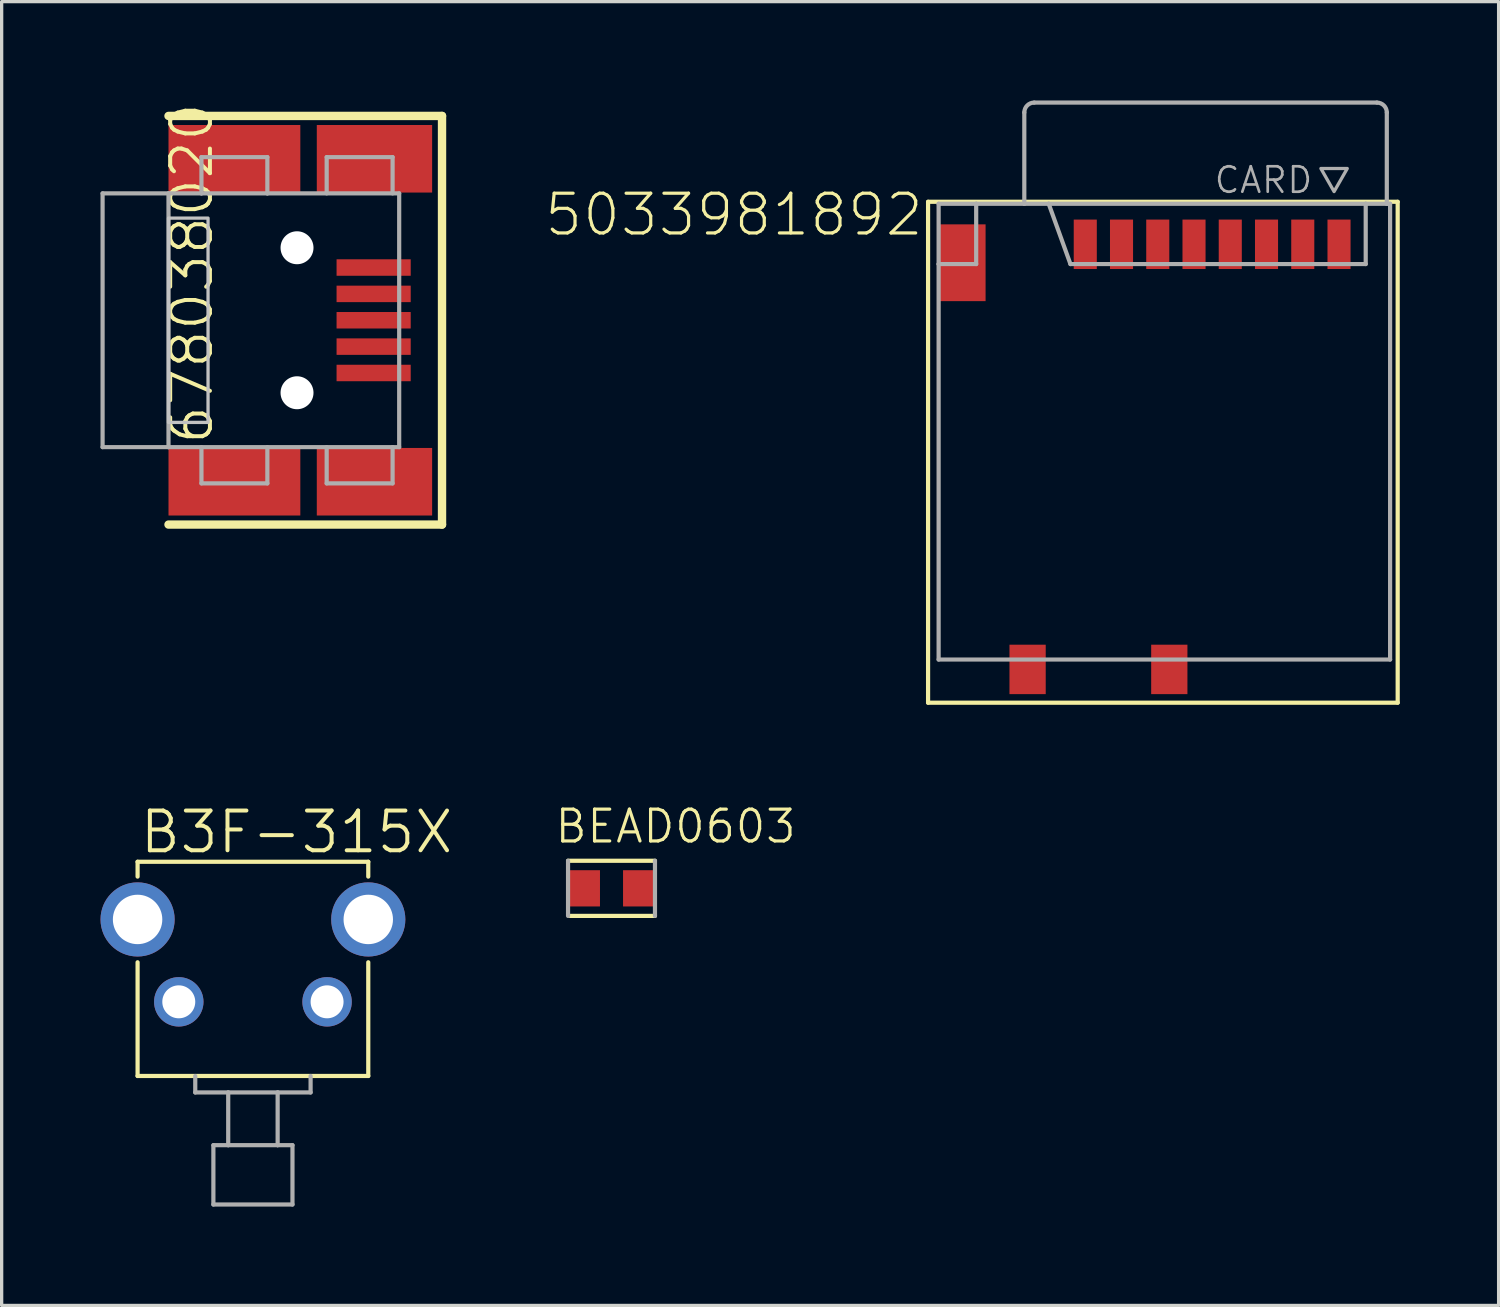
<source format=kicad_pcb>
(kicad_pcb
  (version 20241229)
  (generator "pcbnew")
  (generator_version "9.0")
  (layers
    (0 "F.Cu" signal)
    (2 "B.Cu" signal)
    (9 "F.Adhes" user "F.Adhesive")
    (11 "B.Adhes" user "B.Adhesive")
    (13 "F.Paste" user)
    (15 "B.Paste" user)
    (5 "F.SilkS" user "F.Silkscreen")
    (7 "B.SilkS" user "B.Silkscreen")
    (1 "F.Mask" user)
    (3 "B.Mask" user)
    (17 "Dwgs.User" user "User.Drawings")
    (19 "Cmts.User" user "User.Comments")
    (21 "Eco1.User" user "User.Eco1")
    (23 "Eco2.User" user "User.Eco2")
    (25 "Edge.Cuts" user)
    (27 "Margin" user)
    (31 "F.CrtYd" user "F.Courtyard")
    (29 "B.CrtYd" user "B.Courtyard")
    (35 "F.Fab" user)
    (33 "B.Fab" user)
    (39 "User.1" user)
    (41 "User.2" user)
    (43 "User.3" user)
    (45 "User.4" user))
  (footprint "B3F-315X"
    (layer "F.Cu")
    (at 4.625 27.35)
    (property "Reference" "B3F-315X" (at -3.493 -4.445 0) (layer "F.SilkS") (effects (font (size 1.206 1.206) (thickness 0.121)) (justify left bottom)))
    (attr through_hole)
    (fp_line (start -3.5 -4.25) (end -3.5 -3.8) (stroke (width 0.127) (type solid)) (layer "F.SilkS"))
    (fp_line (start -3.5 -4.25) (end 3.5 -4.25) (stroke (width 0.127) (type solid)) (layer "F.SilkS"))
    (fp_line (start -3.5 2.25) (end -3.5 -1.2) (stroke (width 0.127) (type solid)) (layer "F.SilkS"))
    (fp_line (start -3.5 2.25) (end 3.5 2.25) (stroke (width 0.127) (type solid)) (layer "F.SilkS"))
    (fp_line (start 3.5 -4.25) (end 3.5 -3.8) (stroke (width 0.127) (type solid)) (layer "F.SilkS"))
    (fp_line (start 3.5 2.25) (end 3.5 -1.2) (stroke (width 0.127) (type solid)) (layer "F.SilkS"))
    (fp_line (start -1.75 2.25) (end -1.75 2.75) (stroke (width 0.127) (type solid)) (layer "F.Fab"))
    (fp_line (start -1.75 2.75) (end -0.75 2.75) (stroke (width 0.127) (type solid)) (layer "F.Fab"))
    (fp_line (start -1.2 4.35) (end -1.2 6.15) (stroke (width 0.127) (type solid)) (layer "F.Fab"))
    (fp_line (start -1.2 4.35) (end -0.75 4.35) (stroke (width 0.127) (type solid)) (layer "F.Fab"))
    (fp_line (start -1.2 6.15) (end 1.2 6.15) (stroke (width 0.127) (type solid)) (layer "F.Fab"))
    (fp_line (start -0.75 2.75) (end -0.75 4.35) (stroke (width 0.127) (type solid)) (layer "F.Fab"))
    (fp_line (start -0.75 2.75) (end 0.75 2.75) (stroke (width 0.127) (type solid)) (layer "F.Fab"))
    (fp_line (start -0.75 4.35) (end 0.75 4.35) (stroke (width 0.127) (type solid)) (layer "F.Fab"))
    (fp_line (start 0.75 2.75) (end 0.75 4.35) (stroke (width 0.127) (type solid)) (layer "F.Fab"))
    (fp_line (start 0.75 2.75) (end 1.75 2.75) (stroke (width 0.127) (type solid)) (layer "F.Fab"))
    (fp_line (start 0.75 4.35) (end 1.2 4.35) (stroke (width 0.127) (type solid)) (layer "F.Fab"))
    (fp_line (start 1.2 4.35) (end 1.2 6.15) (stroke (width 0.127) (type solid)) (layer "F.Fab"))
    (fp_line (start 1.75 2.25) (end 1.75 2.75) (stroke (width 0.127) (type solid)) (layer "F.Fab"))
    (pad "1" thru_hole circle (at -2.25 0) (size 1.5 1.5) (drill 1) (layers "*.Cu" "*.Mask"))
    (pad "2" thru_hole circle (at 2.25 0) (size 1.5 1.5) (drill 1) (layers "*.Cu" "*.Mask"))
    (pad "3" thru_hole circle (at -3.5 -2.5) (size 2.25 2.25) (drill 1.5) (layers "*.Cu" "*.Mask"))
    (pad "4" thru_hole circle (at 3.5 -2.5) (size 2.25 2.25) (drill 1.5) (layers "*.Cu" "*.Mask")))
  (footprint "BEAD0603"
    (layer "F.Cu")
    (at 15.506 23.906)
    (property "Reference" "BEAD0603" (at -1.773 -1.315 0) (layer "F.SilkS") (effects (font (size 0.965 0.965) (thickness 0.097)) (justify left bottom)))
    (attr through_hole)
    (fp_line (start -1.256 0.837) (end 1.319 0.837) (stroke (width 0.127) (type solid)) (layer "F.SilkS"))
    (fp_line (start 1.319 -0.837) (end -1.319 -0.837) (stroke (width 0.127) (type solid)) (layer "F.SilkS"))
    (fp_line (start -1.319 -0.837) (end -1.319 0.837) (stroke (width 0.127) (type solid)) (layer "F.Fab"))
    (fp_line (start 1.319 0.837) (end 1.319 -0.837) (stroke (width 0.127) (type solid)) (layer "F.Fab"))
    (pad "P$1" smd rect (at -0.85 0) (size 1 1.1) (layers "F.Cu" "F.Mask" "F.Paste"))
    (pad "P$2" smd rect (at 0.85 0) (size 1 1.1) (layers "F.Cu" "F.Mask" "F.Paste")))
  (footprint "5033981892"
    (layer "F.Cu")
    (at 25.432 16.963)
    (property "Reference" "5033981892" (at -0.403 -14.203 0) (layer "F.SilkS") (effects (font (size 1.206 1.206) (thickness 0.097)) (justify right top)))
    (attr through_hole)
    (fp_line (start -0.32 -13.89) (end 13.93 -13.89) (stroke (width 0.127) (type solid)) (layer "F.SilkS"))
    (fp_line (start -0.32 1.31) (end -0.32 -13.89) (stroke (width 0.127) (type solid)) (layer "F.SilkS"))
    (fp_line (start 13.93 -13.89) (end 13.93 1.31) (stroke (width 0.127) (type solid)) (layer "F.SilkS"))
    (fp_line (start 13.93 1.31) (end -0.32 1.31) (stroke (width 0.127) (type solid)) (layer "F.SilkS"))
    (fp_line (start 0 -12) (end 0 -13.83) (stroke (width 0.127) (type solid)) (layer "F.Fab"))
    (fp_line (start 0 0) (end 0 -12) (stroke (width 0.127) (type solid)) (layer "F.Fab"))
    (fp_line (start 1.14 -13.83) (end 0 -13.83) (stroke (width 0.127) (type solid)) (layer "F.Fab"))
    (fp_line (start 1.14 -13.83) (end 1.14 -12) (stroke (width 0.127) (type solid)) (layer "F.Fab"))
    (fp_line (start 1.14 -12) (end 0 -12) (stroke (width 0.127) (type solid)) (layer "F.Fab"))
    (fp_line (start 2.6 -16.6) (end 2.6 -13.83) (stroke (width 0.127) (type solid)) (layer "F.Fab"))
    (fp_line (start 2.6 -13.83) (end 1.14 -13.83) (stroke (width 0.127) (type solid)) (layer "F.Fab"))
    (fp_line (start 3.34 -13.83) (end 2.6 -13.83) (stroke (width 0.127) (type solid)) (layer "F.Fab"))
    (fp_line (start 3.34 -13.83) (end 4 -12) (stroke (width 0.127) (type solid)) (layer "F.Fab"))
    (fp_line (start 12.96 -13.83) (end 3.34 -13.83) (stroke (width 0.127) (type solid)) (layer "F.Fab"))
    (fp_line (start 12.96 -13.83) (end 12.96 -12) (stroke (width 0.127) (type solid)) (layer "F.Fab"))
    (fp_line (start 12.96 -12) (end 4 -12) (stroke (width 0.127) (type solid)) (layer "F.Fab"))
    (fp_line (start 13.3 -16.9) (end 2.9 -16.9) (stroke (width 0.127) (type solid)) (layer "F.Fab"))
    (fp_line (start 13.6 -16.6) (end 13.6 -13.83) (stroke (width 0.127) (type solid)) (layer "F.Fab"))
    (fp_line (start 13.6 -13.83) (end 12.96 -13.83) (stroke (width 0.127) (type solid)) (layer "F.Fab"))
    (fp_line (start 13.6 -13.83) (end 13.7 -13.83) (stroke (width 0.127) (type solid)) (layer "F.Fab"))
    (fp_line (start 13.7 -13.83) (end 13.7 0) (stroke (width 0.127) (type solid)) (layer "F.Fab"))
    (fp_line (start 13.7 0) (end 0 0) (stroke (width 0.127) (type solid)) (layer "F.Fab"))
    (fp_arc (start 2.6 -16.6) (mid 2.687868 -16.812132) (end 2.9 -16.9) (stroke (width 0.127) (type solid)) (layer "F.Fab"))
    (fp_arc (start 13.3 -16.9) (mid 13.512132 -16.812132) (end 13.6 -16.6) (stroke (width 0.127) (type solid)) (layer "F.Fab"))
    (fp_poly (pts (xy 12.4 -14.9) (xy 12 -14.2) (xy 11.6 -14.9)) (stroke (width 0.1) (type solid)) (fill no) (layer "F.Fab"))
    (fp_text user "CARD" (at 11.4 -15 0) (layer "F.Fab") (effects (font (size 0.772 0.772) (thickness 0.081)) (justify right top)))
    (pad "1" smd rect (at 4.45 -12.6 180) (size 0.7 1.5) (layers "F.Cu" "F.Mask" "F.Paste"))
    (pad "2" smd rect (at 5.55 -12.6 180) (size 0.7 1.5) (layers "F.Cu" "F.Mask" "F.Paste"))
    (pad "3" smd rect (at 6.65 -12.6 180) (size 0.7 1.5) (layers "F.Cu" "F.Mask" "F.Paste"))
    (pad "4" smd rect (at 7.75 -12.6 180) (size 0.7 1.5) (layers "F.Cu" "F.Mask" "F.Paste"))
    (pad "5" smd rect (at 8.85 -12.6 180) (size 0.7 1.5) (layers "F.Cu" "F.Mask" "F.Paste"))
    (pad "6" smd rect (at 9.95 -12.6 180) (size 0.7 1.5) (layers "F.Cu" "F.Mask" "F.Paste"))
    (pad "7" smd rect (at 11.05 -12.6 180) (size 0.7 1.5) (layers "F.Cu" "F.Mask" "F.Paste"))
    (pad "8" smd rect (at 12.15 -12.6 180) (size 0.7 1.5) (layers "F.Cu" "F.Mask" "F.Paste"))
    (pad "S" smd rect (at 0.7 -12.04 180) (size 1.45 2.33) (layers "F.Cu" "F.Mask" "F.Paste"))
    (pad "SW1" smd rect (at 2.7 0.3 180) (size 1.1 1.5) (layers "F.Cu" "F.Mask" "F.Paste"))
    (pad "SW2" smd rect (at 7 0.3 180) (size 1.1 1.5) (layers "F.Cu" "F.Mask" "F.Paste")))
  (footprint "678038020"
    (layer "F.Cu")
    (at 2.063 6.668)
    (property "Reference" "678038020" (at 0 -6.668 270) (layer "F.SilkS") (effects (font (size 1.206 1.206) (thickness 0.121)) (justify right top)))
    (attr through_hole)
    (fp_line (start 0 -6.2) (end 8.3 -6.2) (stroke (width 0.254) (type solid)) (layer "F.SilkS"))
    (fp_line (start 8.3 -6.2) (end 8.3 6.2) (stroke (width 0.254) (type solid)) (layer "F.SilkS"))
    (fp_line (start 8.3 6.2) (end 0 6.2) (stroke (width 0.254) (type solid)) (layer "F.SilkS"))
    (fp_poly (pts (xy 0 3.1) (xy 1.2 3.1) (xy 1.2 -3.1) (xy 0 -3.1)) (stroke (width 0.1) (type solid)) (fill no) (layer "Dwgs.User"))
    (fp_line (start -2 -3.85) (end 0 -3.85) (stroke (width 0.127) (type solid)) (layer "F.Fab"))
    (fp_line (start -2 3.85) (end -2 -3.85) (stroke (width 0.127) (type solid)) (layer "F.Fab"))
    (fp_line (start -2 3.85) (end 0 3.85) (stroke (width 0.127) (type solid)) (layer "F.Fab"))
    (fp_line (start 0 -3.85) (end 1 -3.85) (stroke (width 0.127) (type solid)) (layer "F.Fab"))
    (fp_line (start 0 3.85) (end 0 -3.85) (stroke (width 0.127) (type solid)) (layer "F.Fab"))
    (fp_line (start 0 3.85) (end 7 3.85) (stroke (width 0.127) (type solid)) (layer "F.Fab"))
    (fp_line (start 1 -4.95) (end 3 -4.95) (stroke (width 0.127) (type solid)) (layer "F.Fab"))
    (fp_line (start 1 -3.85) (end 1 -4.95) (stroke (width 0.127) (type solid)) (layer "F.Fab"))
    (fp_line (start 1 -3.85) (end 3 -3.85) (stroke (width 0.127) (type solid)) (layer "F.Fab"))
    (fp_line (start 1 3.85) (end 1 4.95) (stroke (width 0.127) (type solid)) (layer "F.Fab"))
    (fp_line (start 3 -3.85) (end 3 -4.95) (stroke (width 0.127) (type solid)) (layer "F.Fab"))
    (fp_line (start 3 -3.85) (end 7 -3.85) (stroke (width 0.127) (type solid)) (layer "F.Fab"))
    (fp_line (start 3 3.85) (end 3 4.95) (stroke (width 0.127) (type solid)) (layer "F.Fab"))
    (fp_line (start 3 4.95) (end 1 4.95) (stroke (width 0.127) (type solid)) (layer "F.Fab"))
    (fp_line (start 4.8 -4.95) (end 6.8 -4.95) (stroke (width 0.127) (type solid)) (layer "F.Fab"))
    (fp_line (start 4.8 -3.85) (end 4.8 -4.95) (stroke (width 0.127) (type solid)) (layer "F.Fab"))
    (fp_line (start 4.8 3.85) (end 4.8 4.95) (stroke (width 0.127) (type solid)) (layer "F.Fab"))
    (fp_line (start 6.8 -3.85) (end 6.8 -4.95) (stroke (width 0.127) (type solid)) (layer "F.Fab"))
    (fp_line (start 6.8 3.85) (end 6.8 4.95) (stroke (width 0.127) (type solid)) (layer "F.Fab"))
    (fp_line (start 6.8 4.95) (end 4.8 4.95) (stroke (width 0.127) (type solid)) (layer "F.Fab"))
    (fp_line (start 7 3.85) (end 7 -3.85) (stroke (width 0.127) (type solid)) (layer "F.Fab"))
    (pad "" np_thru_hole circle (at 3.9 -2.2) (size 1 1) (drill 1) (layers "*.Cu"))
    (pad "" np_thru_hole circle (at 3.9 2.2) (size 1 1) (drill 1) (layers "*.Cu"))
    (pad "1" smd rect (at 6.225 -1.6) (size 2.25 0.5) (layers "F.Cu" "F.Mask" "F.Paste"))
    (pad "2" smd rect (at 6.225 -0.8) (size 2.25 0.5) (layers "F.Cu" "F.Mask" "F.Paste"))
    (pad "3" smd rect (at 6.225 0) (size 2.25 0.5) (layers "F.Cu" "F.Mask" "F.Paste"))
    (pad "4" smd rect (at 6.225 0.8) (size 2.25 0.5) (layers "F.Cu" "F.Mask" "F.Paste"))
    (pad "5" smd rect (at 6.225 1.6) (size 2.25 0.5) (layers "F.Cu" "F.Mask" "F.Paste"))
    (pad "SH1" smd rect (at 2 4.9) (size 4 2.05) (layers "F.Cu" "F.Mask" "F.Paste"))
    (pad "SH1.1" smd rect (at 6.25 4.9) (size 3.5 2.05) (layers "F.Cu" "F.Mask" "F.Paste"))
    (pad "SH2" smd rect (at 2 -4.9) (size 4 2.05) (layers "F.Cu" "F.Mask" "F.Paste"))
    (pad "SH2.2" smd rect (at 6.25 -4.9) (size 3.5 2.05) (layers "F.Cu" "F.Mask" "F.Paste")))
  (gr_rect
    (start -3 -3)
    (end 42.425 36.564)
    (stroke (width 0.1) (type default))
    (fill no)
    (layer "Edge.Cuts")))
</source>
